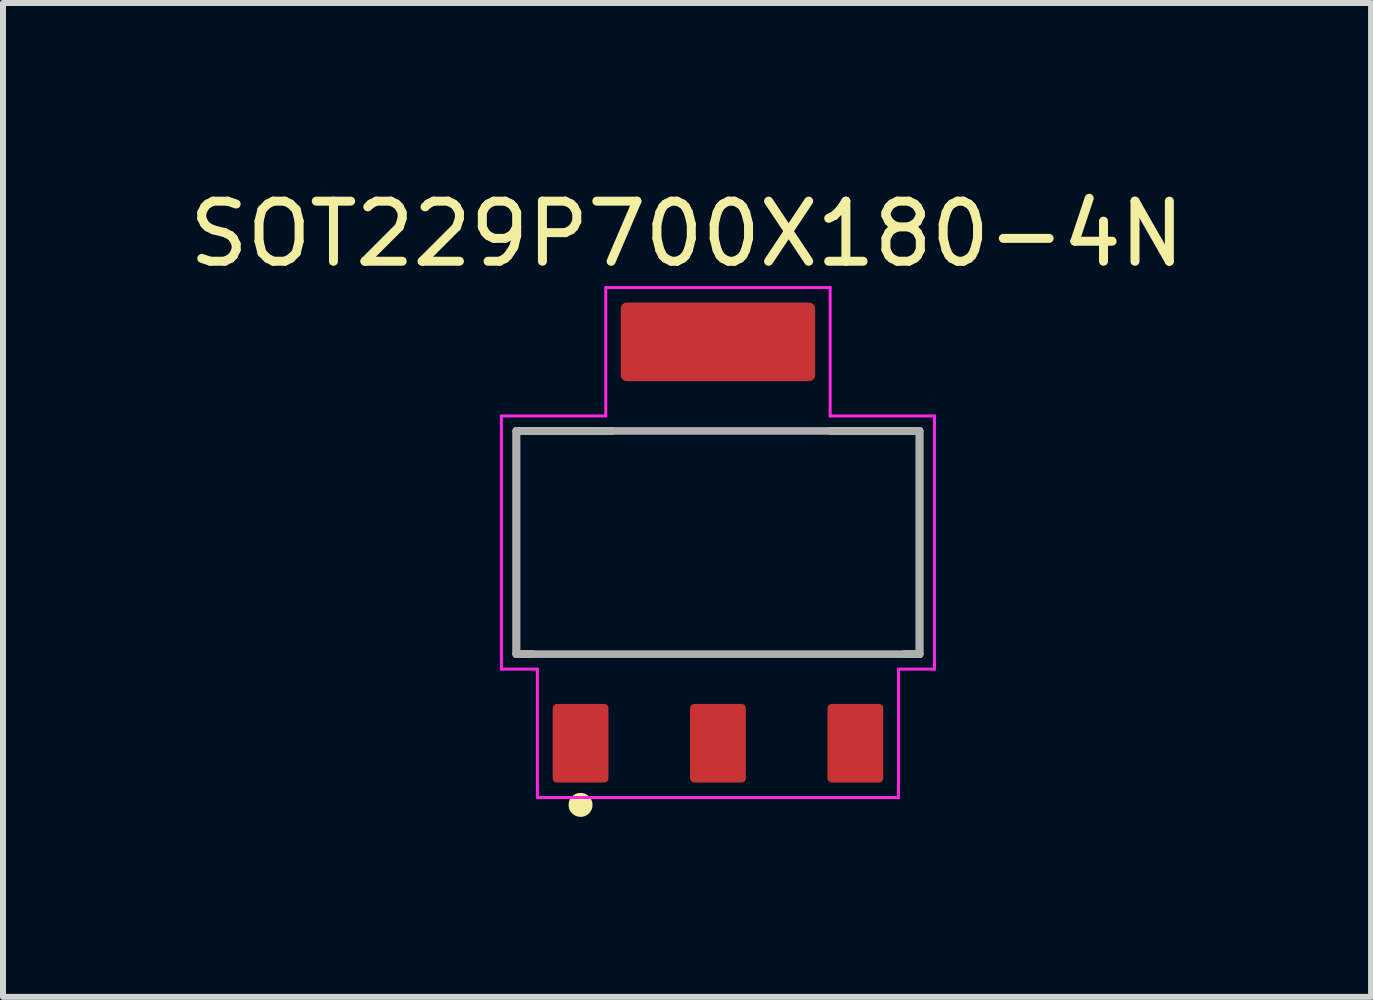
<source format=kicad_pcb>
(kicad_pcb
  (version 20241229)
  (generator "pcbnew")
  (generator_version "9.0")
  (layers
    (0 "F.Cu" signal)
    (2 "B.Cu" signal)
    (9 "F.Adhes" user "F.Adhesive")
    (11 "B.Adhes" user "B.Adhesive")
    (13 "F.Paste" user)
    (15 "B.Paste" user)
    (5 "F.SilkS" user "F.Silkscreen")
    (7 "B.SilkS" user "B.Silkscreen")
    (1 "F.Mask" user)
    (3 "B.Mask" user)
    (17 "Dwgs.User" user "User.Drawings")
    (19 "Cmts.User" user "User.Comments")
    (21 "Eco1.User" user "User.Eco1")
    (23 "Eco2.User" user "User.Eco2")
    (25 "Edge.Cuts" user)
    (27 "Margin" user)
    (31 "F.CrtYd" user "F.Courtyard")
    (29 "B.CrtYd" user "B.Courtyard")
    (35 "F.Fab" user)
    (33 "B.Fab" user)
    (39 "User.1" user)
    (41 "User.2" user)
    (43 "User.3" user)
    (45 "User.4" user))
  (footprint "SOT229P700X180-4N"
    (layer "F.Cu")
    (at 8.917 5.993)
    (property "Reference" "SOT229P700X180-4N" (at -0.516 -5.144 0) (layer "F.SilkS") (effects (font (size 1.002 1.002) (thickness 0.15))))
    (attr smd)
    (fp_line (start -3.36 1.86) (end -3.36 -1.86) (stroke (width 0.127) (type solid)) (layer "F.SilkS"))
    (fp_line (start -3.36 1.86) (end -3.1 1.86) (stroke (width 0.127) (type solid)) (layer "F.SilkS"))
    (fp_line (start -1.76 -1.86) (end -3.36 -1.86) (stroke (width 0.127) (type solid)) (layer "F.SilkS"))
    (fp_line (start 3.11 1.86) (end 3.36 1.86) (stroke (width 0.127) (type solid)) (layer "F.SilkS"))
    (fp_line (start 3.36 -1.86) (end 1.87 -1.86) (stroke (width 0.127) (type solid)) (layer "F.SilkS"))
    (fp_line (start 3.36 1.86) (end 3.36 -1.86) (stroke (width 0.127) (type solid)) (layer "F.SilkS"))
    (fp_circle (center -2.29 4.373) (end -2.19 4.373) (stroke (width 0.2) (type solid)) (fill no) (layer "F.SilkS"))
    (fp_line (start -3.61 -2.11) (end -3.61 2.11) (stroke (width 0.05) (type solid)) (layer "F.CrtYd"))
    (fp_line (start -3.61 2.11) (end -3.01 2.11) (stroke (width 0.05) (type solid)) (layer "F.CrtYd"))
    (fp_line (start -3.01 2.11) (end -3.01 4.25) (stroke (width 0.05) (type solid)) (layer "F.CrtYd"))
    (fp_line (start -3.01 4.25) (end 3.01 4.25) (stroke (width 0.05) (type solid)) (layer "F.CrtYd"))
    (fp_line (start -1.87 -4.25) (end -1.87 -2.11) (stroke (width 0.05) (type solid)) (layer "F.CrtYd"))
    (fp_line (start -1.87 -2.11) (end -3.61 -2.11) (stroke (width 0.05) (type solid)) (layer "F.CrtYd"))
    (fp_line (start 1.87 -4.25) (end -1.87 -4.25) (stroke (width 0.05) (type solid)) (layer "F.CrtYd"))
    (fp_line (start 1.87 -2.11) (end 1.87 -4.25) (stroke (width 0.05) (type solid)) (layer "F.CrtYd"))
    (fp_line (start 3.01 2.11) (end 3.61 2.11) (stroke (width 0.05) (type solid)) (layer "F.CrtYd"))
    (fp_line (start 3.01 4.25) (end 3.01 2.11) (stroke (width 0.05) (type solid)) (layer "F.CrtYd"))
    (fp_line (start 3.61 -2.11) (end 1.87 -2.11) (stroke (width 0.05) (type solid)) (layer "F.CrtYd"))
    (fp_line (start 3.61 2.11) (end 3.61 -2.11) (stroke (width 0.05) (type solid)) (layer "F.CrtYd"))
    (fp_line (start -3.36 -1.86) (end 3.36 -1.86) (stroke (width 0.127) (type solid)) (layer "F.Fab"))
    (fp_line (start -3.36 1.86) (end -3.36 -1.86) (stroke (width 0.127) (type solid)) (layer "F.Fab"))
    (fp_line (start 3.36 -1.86) (end 3.36 1.86) (stroke (width 0.127) (type solid)) (layer "F.Fab"))
    (fp_line (start 3.36 1.86) (end -3.36 1.86) (stroke (width 0.127) (type solid)) (layer "F.Fab"))
    (pad "1" smd roundrect (at -2.29 3.345) (size 0.93 1.31) (layers "F.Cu" "F.Mask" "F.Paste") (roundrect_rratio 0.075))
    (pad "2" smd roundrect (at 0 3.345) (size 0.93 1.31) (layers "F.Cu" "F.Mask" "F.Paste") (roundrect_rratio 0.075))
    (pad "3" smd roundrect (at 2.29 3.345) (size 0.93 1.31) (layers "F.Cu" "F.Mask" "F.Paste") (roundrect_rratio 0.075))
    (pad "4" smd roundrect (at 0 -3.345) (size 3.24 1.31) (layers "F.Cu" "F.Mask" "F.Paste") (roundrect_rratio 0.075)))
  (gr_rect
    (start -3 -3)
    (end 19.803 13.566)
    (stroke (width 0.1) (type default))
    (fill no)
    (layer "Edge.Cuts")))
</source>
